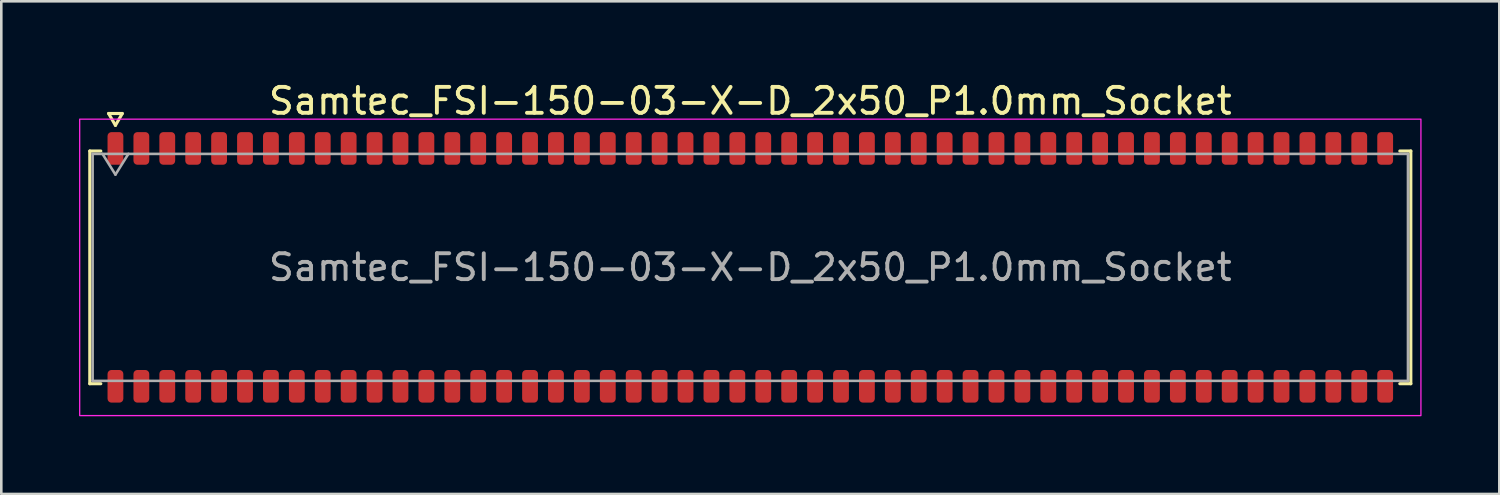
<source format=kicad_pcb>
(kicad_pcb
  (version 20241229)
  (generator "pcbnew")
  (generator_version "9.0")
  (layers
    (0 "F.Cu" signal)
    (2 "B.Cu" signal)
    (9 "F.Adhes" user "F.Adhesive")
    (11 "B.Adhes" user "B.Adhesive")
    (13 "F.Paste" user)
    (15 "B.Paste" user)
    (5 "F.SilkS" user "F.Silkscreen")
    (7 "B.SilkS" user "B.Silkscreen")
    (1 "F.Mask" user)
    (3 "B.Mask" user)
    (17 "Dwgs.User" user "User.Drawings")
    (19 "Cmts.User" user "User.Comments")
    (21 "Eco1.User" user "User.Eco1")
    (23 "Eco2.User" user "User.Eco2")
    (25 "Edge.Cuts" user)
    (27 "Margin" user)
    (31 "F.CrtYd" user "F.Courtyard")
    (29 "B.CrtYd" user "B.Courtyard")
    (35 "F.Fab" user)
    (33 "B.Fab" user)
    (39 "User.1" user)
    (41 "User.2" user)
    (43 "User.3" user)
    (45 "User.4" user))
  (footprint "Samtec_FSI-150-03-X-D_2x50_P1.0mm_Socket"
    (layer "F.Cu")
    (at 25.905 7.268)
    (property "Reference" "Samtec_FSI-150-03-X-D_2x50_P1.0mm_Socket" (at 0 -6.42 0) (layer "F.SilkS") (effects (font (size 1 1) (thickness 0.15))))
    (attr smd)
    (fp_line (start -25.49 -4.49) (end -25.065 -4.49) (stroke (width 0.12) (type solid)) (layer "F.SilkS"))
    (fp_line (start -25.49 4.49) (end -25.49 -4.49) (stroke (width 0.12) (type solid)) (layer "F.SilkS"))
    (fp_line (start -25.065 4.49) (end -25.49 4.49) (stroke (width 0.12) (type solid)) (layer "F.SilkS"))
    (fp_line (start -24.764 -5.938) (end -24.5 -5.48) (stroke (width 0.12) (type solid)) (layer "F.SilkS"))
    (fp_line (start -24.5 -5.48) (end -24.236 -5.938) (stroke (width 0.12) (type solid)) (layer "F.SilkS"))
    (fp_line (start -24.236 -5.938) (end -24.764 -5.938) (stroke (width 0.12) (type solid)) (layer "F.SilkS"))
    (fp_line (start 25.065 -4.49) (end 25.49 -4.49) (stroke (width 0.12) (type solid)) (layer "F.SilkS"))
    (fp_line (start 25.49 -4.49) (end 25.49 4.49) (stroke (width 0.12) (type solid)) (layer "F.SilkS"))
    (fp_line (start 25.49 4.49) (end 25.065 4.49) (stroke (width 0.12) (type solid)) (layer "F.SilkS"))
    (fp_rect (start -25.88 -5.72) (end 25.88 5.72) (stroke (width 0.05) (type solid)) (fill no) (layer "F.CrtYd"))
    (fp_line (start -25.38 -4.38) (end 25.38 -4.38) (stroke (width 0.1) (type solid)) (layer "F.Fab"))
    (fp_line (start -25.38 4.38) (end -25.38 -4.38) (stroke (width 0.1) (type solid)) (layer "F.Fab"))
    (fp_line (start -25 -4.38) (end -24.5 -3.58) (stroke (width 0.1) (type solid)) (layer "F.Fab"))
    (fp_line (start -24.5 -3.58) (end -24 -4.38) (stroke (width 0.1) (type solid)) (layer "F.Fab"))
    (fp_line (start 25.38 -4.38) (end 25.38 4.38) (stroke (width 0.1) (type solid)) (layer "F.Fab"))
    (fp_line (start 25.38 4.38) (end -25.38 4.38) (stroke (width 0.1) (type solid)) (layer "F.Fab"))
    (fp_text user "${REFERENCE}" (at 0 0 0) (layer "F.Fab") (effects (font (size 1 1) (thickness 0.15))))
    (pad "1" smd roundrect (at -24.5 -4.59) (size 0.61 1.26) (layers "F.Cu" "F.Mask" "F.Paste") (roundrect_rratio 0.25))
    (pad "2" smd roundrect (at -24.5 4.59) (size 0.61 1.26) (layers "F.Cu" "F.Mask" "F.Paste") (roundrect_rratio 0.25))
    (pad "3" smd roundrect (at -23.5 -4.59) (size 0.61 1.26) (layers "F.Cu" "F.Mask" "F.Paste") (roundrect_rratio 0.25))
    (pad "4" smd roundrect (at -23.5 4.59) (size 0.61 1.26) (layers "F.Cu" "F.Mask" "F.Paste") (roundrect_rratio 0.25))
    (pad "5" smd roundrect (at -22.5 -4.59) (size 0.61 1.26) (layers "F.Cu" "F.Mask" "F.Paste") (roundrect_rratio 0.25))
    (pad "6" smd roundrect (at -22.5 4.59) (size 0.61 1.26) (layers "F.Cu" "F.Mask" "F.Paste") (roundrect_rratio 0.25))
    (pad "7" smd roundrect (at -21.5 -4.59) (size 0.61 1.26) (layers "F.Cu" "F.Mask" "F.Paste") (roundrect_rratio 0.25))
    (pad "8" smd roundrect (at -21.5 4.59) (size 0.61 1.26) (layers "F.Cu" "F.Mask" "F.Paste") (roundrect_rratio 0.25))
    (pad "9" smd roundrect (at -20.5 -4.59) (size 0.61 1.26) (layers "F.Cu" "F.Mask" "F.Paste") (roundrect_rratio 0.25))
    (pad "10" smd roundrect (at -20.5 4.59) (size 0.61 1.26) (layers "F.Cu" "F.Mask" "F.Paste") (roundrect_rratio 0.25))
    (pad "11" smd roundrect (at -19.5 -4.59) (size 0.61 1.26) (layers "F.Cu" "F.Mask" "F.Paste") (roundrect_rratio 0.25))
    (pad "12" smd roundrect (at -19.5 4.59) (size 0.61 1.26) (layers "F.Cu" "F.Mask" "F.Paste") (roundrect_rratio 0.25))
    (pad "13" smd roundrect (at -18.5 -4.59) (size 0.61 1.26) (layers "F.Cu" "F.Mask" "F.Paste") (roundrect_rratio 0.25))
    (pad "14" smd roundrect (at -18.5 4.59) (size 0.61 1.26) (layers "F.Cu" "F.Mask" "F.Paste") (roundrect_rratio 0.25))
    (pad "15" smd roundrect (at -17.5 -4.59) (size 0.61 1.26) (layers "F.Cu" "F.Mask" "F.Paste") (roundrect_rratio 0.25))
    (pad "16" smd roundrect (at -17.5 4.59) (size 0.61 1.26) (layers "F.Cu" "F.Mask" "F.Paste") (roundrect_rratio 0.25))
    (pad "17" smd roundrect (at -16.5 -4.59) (size 0.61 1.26) (layers "F.Cu" "F.Mask" "F.Paste") (roundrect_rratio 0.25))
    (pad "18" smd roundrect (at -16.5 4.59) (size 0.61 1.26) (layers "F.Cu" "F.Mask" "F.Paste") (roundrect_rratio 0.25))
    (pad "19" smd roundrect (at -15.5 -4.59) (size 0.61 1.26) (layers "F.Cu" "F.Mask" "F.Paste") (roundrect_rratio 0.25))
    (pad "20" smd roundrect (at -15.5 4.59) (size 0.61 1.26) (layers "F.Cu" "F.Mask" "F.Paste") (roundrect_rratio 0.25))
    (pad "21" smd roundrect (at -14.5 -4.59) (size 0.61 1.26) (layers "F.Cu" "F.Mask" "F.Paste") (roundrect_rratio 0.25))
    (pad "22" smd roundrect (at -14.5 4.59) (size 0.61 1.26) (layers "F.Cu" "F.Mask" "F.Paste") (roundrect_rratio 0.25))
    (pad "23" smd roundrect (at -13.5 -4.59) (size 0.61 1.26) (layers "F.Cu" "F.Mask" "F.Paste") (roundrect_rratio 0.25))
    (pad "24" smd roundrect (at -13.5 4.59) (size 0.61 1.26) (layers "F.Cu" "F.Mask" "F.Paste") (roundrect_rratio 0.25))
    (pad "25" smd roundrect (at -12.5 -4.59) (size 0.61 1.26) (layers "F.Cu" "F.Mask" "F.Paste") (roundrect_rratio 0.25))
    (pad "26" smd roundrect (at -12.5 4.59) (size 0.61 1.26) (layers "F.Cu" "F.Mask" "F.Paste") (roundrect_rratio 0.25))
    (pad "27" smd roundrect (at -11.5 -4.59) (size 0.61 1.26) (layers "F.Cu" "F.Mask" "F.Paste") (roundrect_rratio 0.25))
    (pad "28" smd roundrect (at -11.5 4.59) (size 0.61 1.26) (layers "F.Cu" "F.Mask" "F.Paste") (roundrect_rratio 0.25))
    (pad "29" smd roundrect (at -10.5 -4.59) (size 0.61 1.26) (layers "F.Cu" "F.Mask" "F.Paste") (roundrect_rratio 0.25))
    (pad "30" smd roundrect (at -10.5 4.59) (size 0.61 1.26) (layers "F.Cu" "F.Mask" "F.Paste") (roundrect_rratio 0.25))
    (pad "31" smd roundrect (at -9.5 -4.59) (size 0.61 1.26) (layers "F.Cu" "F.Mask" "F.Paste") (roundrect_rratio 0.25))
    (pad "32" smd roundrect (at -9.5 4.59) (size 0.61 1.26) (layers "F.Cu" "F.Mask" "F.Paste") (roundrect_rratio 0.25))
    (pad "33" smd roundrect (at -8.5 -4.59) (size 0.61 1.26) (layers "F.Cu" "F.Mask" "F.Paste") (roundrect_rratio 0.25))
    (pad "34" smd roundrect (at -8.5 4.59) (size 0.61 1.26) (layers "F.Cu" "F.Mask" "F.Paste") (roundrect_rratio 0.25))
    (pad "35" smd roundrect (at -7.5 -4.59) (size 0.61 1.26) (layers "F.Cu" "F.Mask" "F.Paste") (roundrect_rratio 0.25))
    (pad "36" smd roundrect (at -7.5 4.59) (size 0.61 1.26) (layers "F.Cu" "F.Mask" "F.Paste") (roundrect_rratio 0.25))
    (pad "37" smd roundrect (at -6.5 -4.59) (size 0.61 1.26) (layers "F.Cu" "F.Mask" "F.Paste") (roundrect_rratio 0.25))
    (pad "38" smd roundrect (at -6.5 4.59) (size 0.61 1.26) (layers "F.Cu" "F.Mask" "F.Paste") (roundrect_rratio 0.25))
    (pad "39" smd roundrect (at -5.5 -4.59) (size 0.61 1.26) (layers "F.Cu" "F.Mask" "F.Paste") (roundrect_rratio 0.25))
    (pad "40" smd roundrect (at -5.5 4.59) (size 0.61 1.26) (layers "F.Cu" "F.Mask" "F.Paste") (roundrect_rratio 0.25))
    (pad "41" smd roundrect (at -4.5 -4.59) (size 0.61 1.26) (layers "F.Cu" "F.Mask" "F.Paste") (roundrect_rratio 0.25))
    (pad "42" smd roundrect (at -4.5 4.59) (size 0.61 1.26) (layers "F.Cu" "F.Mask" "F.Paste") (roundrect_rratio 0.25))
    (pad "43" smd roundrect (at -3.5 -4.59) (size 0.61 1.26) (layers "F.Cu" "F.Mask" "F.Paste") (roundrect_rratio 0.25))
    (pad "44" smd roundrect (at -3.5 4.59) (size 0.61 1.26) (layers "F.Cu" "F.Mask" "F.Paste") (roundrect_rratio 0.25))
    (pad "45" smd roundrect (at -2.5 -4.59) (size 0.61 1.26) (layers "F.Cu" "F.Mask" "F.Paste") (roundrect_rratio 0.25))
    (pad "46" smd roundrect (at -2.5 4.59) (size 0.61 1.26) (layers "F.Cu" "F.Mask" "F.Paste") (roundrect_rratio 0.25))
    (pad "47" smd roundrect (at -1.5 -4.59) (size 0.61 1.26) (layers "F.Cu" "F.Mask" "F.Paste") (roundrect_rratio 0.25))
    (pad "48" smd roundrect (at -1.5 4.59) (size 0.61 1.26) (layers "F.Cu" "F.Mask" "F.Paste") (roundrect_rratio 0.25))
    (pad "49" smd roundrect (at -0.5 -4.59) (size 0.61 1.26) (layers "F.Cu" "F.Mask" "F.Paste") (roundrect_rratio 0.25))
    (pad "50" smd roundrect (at -0.5 4.59) (size 0.61 1.26) (layers "F.Cu" "F.Mask" "F.Paste") (roundrect_rratio 0.25))
    (pad "51" smd roundrect (at 0.5 -4.59) (size 0.61 1.26) (layers "F.Cu" "F.Mask" "F.Paste") (roundrect_rratio 0.25))
    (pad "52" smd roundrect (at 0.5 4.59) (size 0.61 1.26) (layers "F.Cu" "F.Mask" "F.Paste") (roundrect_rratio 0.25))
    (pad "53" smd roundrect (at 1.5 -4.59) (size 0.61 1.26) (layers "F.Cu" "F.Mask" "F.Paste") (roundrect_rratio 0.25))
    (pad "54" smd roundrect (at 1.5 4.59) (size 0.61 1.26) (layers "F.Cu" "F.Mask" "F.Paste") (roundrect_rratio 0.25))
    (pad "55" smd roundrect (at 2.5 -4.59) (size 0.61 1.26) (layers "F.Cu" "F.Mask" "F.Paste") (roundrect_rratio 0.25))
    (pad "56" smd roundrect (at 2.5 4.59) (size 0.61 1.26) (layers "F.Cu" "F.Mask" "F.Paste") (roundrect_rratio 0.25))
    (pad "57" smd roundrect (at 3.5 -4.59) (size 0.61 1.26) (layers "F.Cu" "F.Mask" "F.Paste") (roundrect_rratio 0.25))
    (pad "58" smd roundrect (at 3.5 4.59) (size 0.61 1.26) (layers "F.Cu" "F.Mask" "F.Paste") (roundrect_rratio 0.25))
    (pad "59" smd roundrect (at 4.5 -4.59) (size 0.61 1.26) (layers "F.Cu" "F.Mask" "F.Paste") (roundrect_rratio 0.25))
    (pad "60" smd roundrect (at 4.5 4.59) (size 0.61 1.26) (layers "F.Cu" "F.Mask" "F.Paste") (roundrect_rratio 0.25))
    (pad "61" smd roundrect (at 5.5 -4.59) (size 0.61 1.26) (layers "F.Cu" "F.Mask" "F.Paste") (roundrect_rratio 0.25))
    (pad "62" smd roundrect (at 5.5 4.59) (size 0.61 1.26) (layers "F.Cu" "F.Mask" "F.Paste") (roundrect_rratio 0.25))
    (pad "63" smd roundrect (at 6.5 -4.59) (size 0.61 1.26) (layers "F.Cu" "F.Mask" "F.Paste") (roundrect_rratio 0.25))
    (pad "64" smd roundrect (at 6.5 4.59) (size 0.61 1.26) (layers "F.Cu" "F.Mask" "F.Paste") (roundrect_rratio 0.25))
    (pad "65" smd roundrect (at 7.5 -4.59) (size 0.61 1.26) (layers "F.Cu" "F.Mask" "F.Paste") (roundrect_rratio 0.25))
    (pad "66" smd roundrect (at 7.5 4.59) (size 0.61 1.26) (layers "F.Cu" "F.Mask" "F.Paste") (roundrect_rratio 0.25))
    (pad "67" smd roundrect (at 8.5 -4.59) (size 0.61 1.26) (layers "F.Cu" "F.Mask" "F.Paste") (roundrect_rratio 0.25))
    (pad "68" smd roundrect (at 8.5 4.59) (size 0.61 1.26) (layers "F.Cu" "F.Mask" "F.Paste") (roundrect_rratio 0.25))
    (pad "69" smd roundrect (at 9.5 -4.59) (size 0.61 1.26) (layers "F.Cu" "F.Mask" "F.Paste") (roundrect_rratio 0.25))
    (pad "70" smd roundrect (at 9.5 4.59) (size 0.61 1.26) (layers "F.Cu" "F.Mask" "F.Paste") (roundrect_rratio 0.25))
    (pad "71" smd roundrect (at 10.5 -4.59) (size 0.61 1.26) (layers "F.Cu" "F.Mask" "F.Paste") (roundrect_rratio 0.25))
    (pad "72" smd roundrect (at 10.5 4.59) (size 0.61 1.26) (layers "F.Cu" "F.Mask" "F.Paste") (roundrect_rratio 0.25))
    (pad "73" smd roundrect (at 11.5 -4.59) (size 0.61 1.26) (layers "F.Cu" "F.Mask" "F.Paste") (roundrect_rratio 0.25))
    (pad "74" smd roundrect (at 11.5 4.59) (size 0.61 1.26) (layers "F.Cu" "F.Mask" "F.Paste") (roundrect_rratio 0.25))
    (pad "75" smd roundrect (at 12.5 -4.59) (size 0.61 1.26) (layers "F.Cu" "F.Mask" "F.Paste") (roundrect_rratio 0.25))
    (pad "76" smd roundrect (at 12.5 4.59) (size 0.61 1.26) (layers "F.Cu" "F.Mask" "F.Paste") (roundrect_rratio 0.25))
    (pad "77" smd roundrect (at 13.5 -4.59) (size 0.61 1.26) (layers "F.Cu" "F.Mask" "F.Paste") (roundrect_rratio 0.25))
    (pad "78" smd roundrect (at 13.5 4.59) (size 0.61 1.26) (layers "F.Cu" "F.Mask" "F.Paste") (roundrect_rratio 0.25))
    (pad "79" smd roundrect (at 14.5 -4.59) (size 0.61 1.26) (layers "F.Cu" "F.Mask" "F.Paste") (roundrect_rratio 0.25))
    (pad "80" smd roundrect (at 14.5 4.59) (size 0.61 1.26) (layers "F.Cu" "F.Mask" "F.Paste") (roundrect_rratio 0.25))
    (pad "81" smd roundrect (at 15.5 -4.59) (size 0.61 1.26) (layers "F.Cu" "F.Mask" "F.Paste") (roundrect_rratio 0.25))
    (pad "82" smd roundrect (at 15.5 4.59) (size 0.61 1.26) (layers "F.Cu" "F.Mask" "F.Paste") (roundrect_rratio 0.25))
    (pad "83" smd roundrect (at 16.5 -4.59) (size 0.61 1.26) (layers "F.Cu" "F.Mask" "F.Paste") (roundrect_rratio 0.25))
    (pad "84" smd roundrect (at 16.5 4.59) (size 0.61 1.26) (layers "F.Cu" "F.Mask" "F.Paste") (roundrect_rratio 0.25))
    (pad "85" smd roundrect (at 17.5 -4.59) (size 0.61 1.26) (layers "F.Cu" "F.Mask" "F.Paste") (roundrect_rratio 0.25))
    (pad "86" smd roundrect (at 17.5 4.59) (size 0.61 1.26) (layers "F.Cu" "F.Mask" "F.Paste") (roundrect_rratio 0.25))
    (pad "87" smd roundrect (at 18.5 -4.59) (size 0.61 1.26) (layers "F.Cu" "F.Mask" "F.Paste") (roundrect_rratio 0.25))
    (pad "88" smd roundrect (at 18.5 4.59) (size 0.61 1.26) (layers "F.Cu" "F.Mask" "F.Paste") (roundrect_rratio 0.25))
    (pad "89" smd roundrect (at 19.5 -4.59) (size 0.61 1.26) (layers "F.Cu" "F.Mask" "F.Paste") (roundrect_rratio 0.25))
    (pad "90" smd roundrect (at 19.5 4.59) (size 0.61 1.26) (layers "F.Cu" "F.Mask" "F.Paste") (roundrect_rratio 0.25))
    (pad "91" smd roundrect (at 20.5 -4.59) (size 0.61 1.26) (layers "F.Cu" "F.Mask" "F.Paste") (roundrect_rratio 0.25))
    (pad "92" smd roundrect (at 20.5 4.59) (size 0.61 1.26) (layers "F.Cu" "F.Mask" "F.Paste") (roundrect_rratio 0.25))
    (pad "93" smd roundrect (at 21.5 -4.59) (size 0.61 1.26) (layers "F.Cu" "F.Mask" "F.Paste") (roundrect_rratio 0.25))
    (pad "94" smd roundrect (at 21.5 4.59) (size 0.61 1.26) (layers "F.Cu" "F.Mask" "F.Paste") (roundrect_rratio 0.25))
    (pad "95" smd roundrect (at 22.5 -4.59) (size 0.61 1.26) (layers "F.Cu" "F.Mask" "F.Paste") (roundrect_rratio 0.25))
    (pad "96" smd roundrect (at 22.5 4.59) (size 0.61 1.26) (layers "F.Cu" "F.Mask" "F.Paste") (roundrect_rratio 0.25))
    (pad "97" smd roundrect (at 23.5 -4.59) (size 0.61 1.26) (layers "F.Cu" "F.Mask" "F.Paste") (roundrect_rratio 0.25))
    (pad "98" smd roundrect (at 23.5 4.59) (size 0.61 1.26) (layers "F.Cu" "F.Mask" "F.Paste") (roundrect_rratio 0.25))
    (pad "99" smd roundrect (at 24.5 -4.59) (size 0.61 1.26) (layers "F.Cu" "F.Mask" "F.Paste") (roundrect_rratio 0.25))
    (pad "100" smd roundrect (at 24.5 4.59) (size 0.61 1.26) (layers "F.Cu" "F.Mask" "F.Paste") (roundrect_rratio 0.25)))
  (gr_rect
    (start -3 -3)
    (end 54.81 16.013)
    (stroke (width 0.1) (type default))
    (fill no)
    (layer "Edge.Cuts")))
</source>
